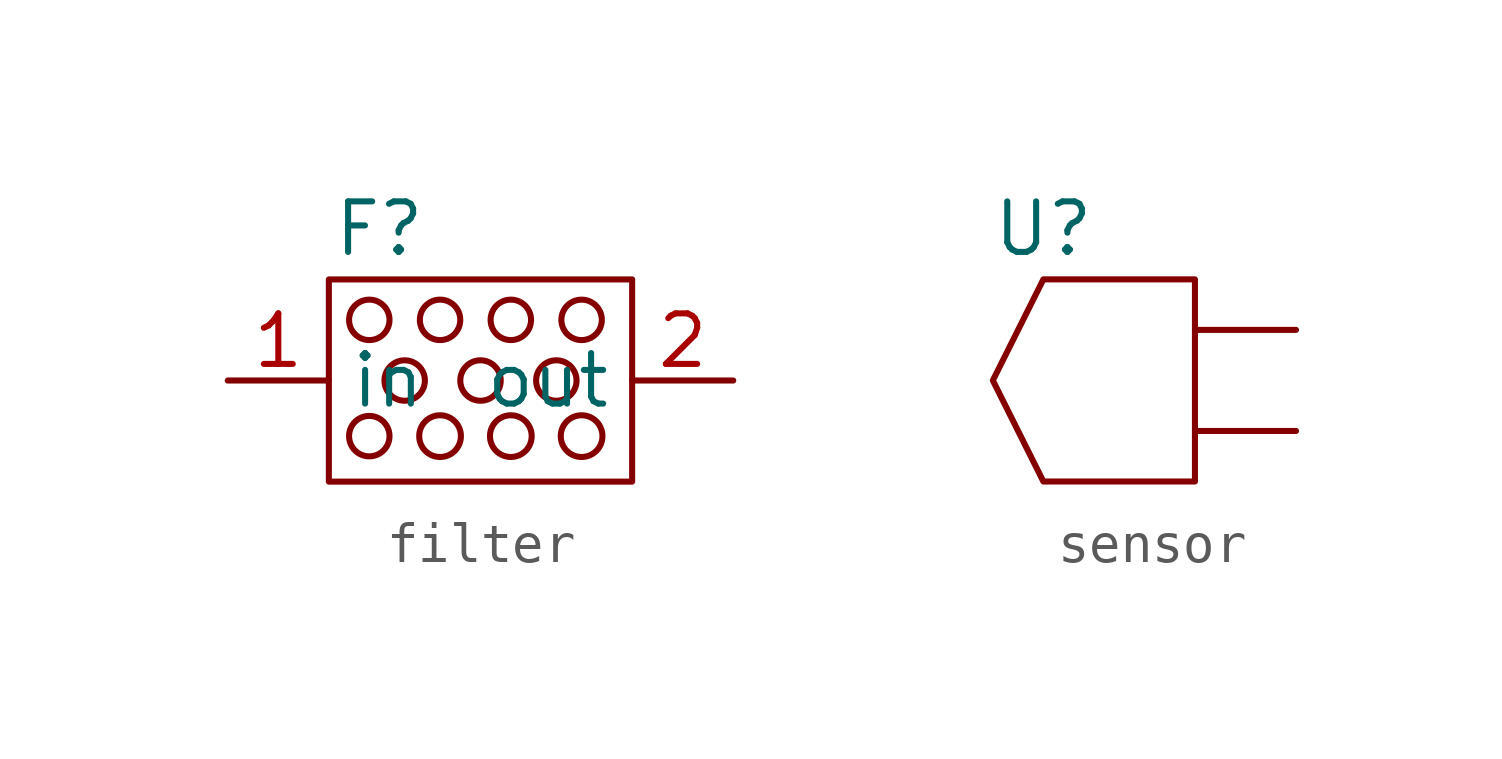
<source format=kicad_sym>
(kicad_symbol_lib
  (version 20231120)
  (generator "kicad_symbol_editor")
  (generator_version "8.0")
  (symbol "filter"
    (property "Reference" "F"
      (at -2.54 3.81 0)
      (effects (font (size 1.27 1.27))))
    (property "Value" ""
      (at 2.54 0 0)
      (effects (font (size 1.27 1.27))))
    (symbol "filter_0_1"
      (rectangle (start -3.81 2.54) (end 3.81 -2.54) (stroke (width 0) (type default)) (fill (type none)))
      (circle (center -2.794 -1.397) (radius 0.508) (stroke (width 0) (type default)) (fill (type none)))
      (circle (center -2.794 1.524) (radius 0.508) (stroke (width 0) (type default)) (fill (type none)))
      (circle (center -1.905 0) (radius 0.508) (stroke (width 0) (type default)) (fill (type none)))
      (circle (center -1.016 -1.397) (radius 0.524) (stroke (width 0) (type default)) (fill (type none)))
      (circle (center -1.016 1.524) (radius 0.508) (stroke (width 0) (type default)) (fill (type none)))
      (circle (center 0 0) (radius 0.508) (stroke (width 0) (type default)) (fill (type none)))
      (circle (center 0.762 -1.397) (radius 0.524) (stroke (width 0) (type default)) (fill (type none)))
      (circle (center 0.762 1.524) (radius 0.508) (stroke (width 0) (type default)) (fill (type none)))
      (circle (center 1.905 0) (radius 0.508) (stroke (width 0) (type default)) (fill (type none)))
      (circle (center 2.54 -1.397) (radius 0.524) (stroke (width 0) (type default)) (fill (type none)))
      (circle (center 2.54 1.524) (radius 0.508) (stroke (width 0) (type default)) (fill (type none))))
    (symbol "filter_1_1"
      (pin input line (at -6.35 0 0) (length 2.54) (name "in" (effects (font (size 1.27 1.27)))) (number "1" (effects (font (size 1.27 1.27)))))
      (pin output line (at 6.35 0 180) (length 2.54) (name "out" (effects (font (size 1.27 1.27)))) (number "2" (effects (font (size 1.27 1.27)))))))
  (symbol "sensor"
    (pin_numbers hide)
    (pin_names hide)
    (property "Reference" "U"
      (at -1.27 3.81 0)
      (effects (font (size 1.27 1.27))))
    (property "Value" ""
      (at 0 0 0)
      (effects (font (size 1.27 1.27))))
    (symbol "sensor_0_1"
      (polyline (pts (xy 2.54 2.54) (xy -1.27 2.54) (xy -2.54 0) (xy -1.27 -2.54) (xy 2.54 -2.54) (xy 2.54 2.54)) (stroke (width 0) (type default)) (fill (type none))))
    (symbol "sensor_1_1"
      (pin input line (at 5.08 1.27 180) (length 2.54) (name "in" (effects (font (size 1.27 1.27)))) (number "1" (effects (font (size 1.27 1.27)))))
      (pin output line (at 5.08 -1.27 180) (length 2.54) (name "out" (effects (font (size 1.27 1.27)))) (number "2" (effects (font (size 1.27 1.27))))))))
</source>
